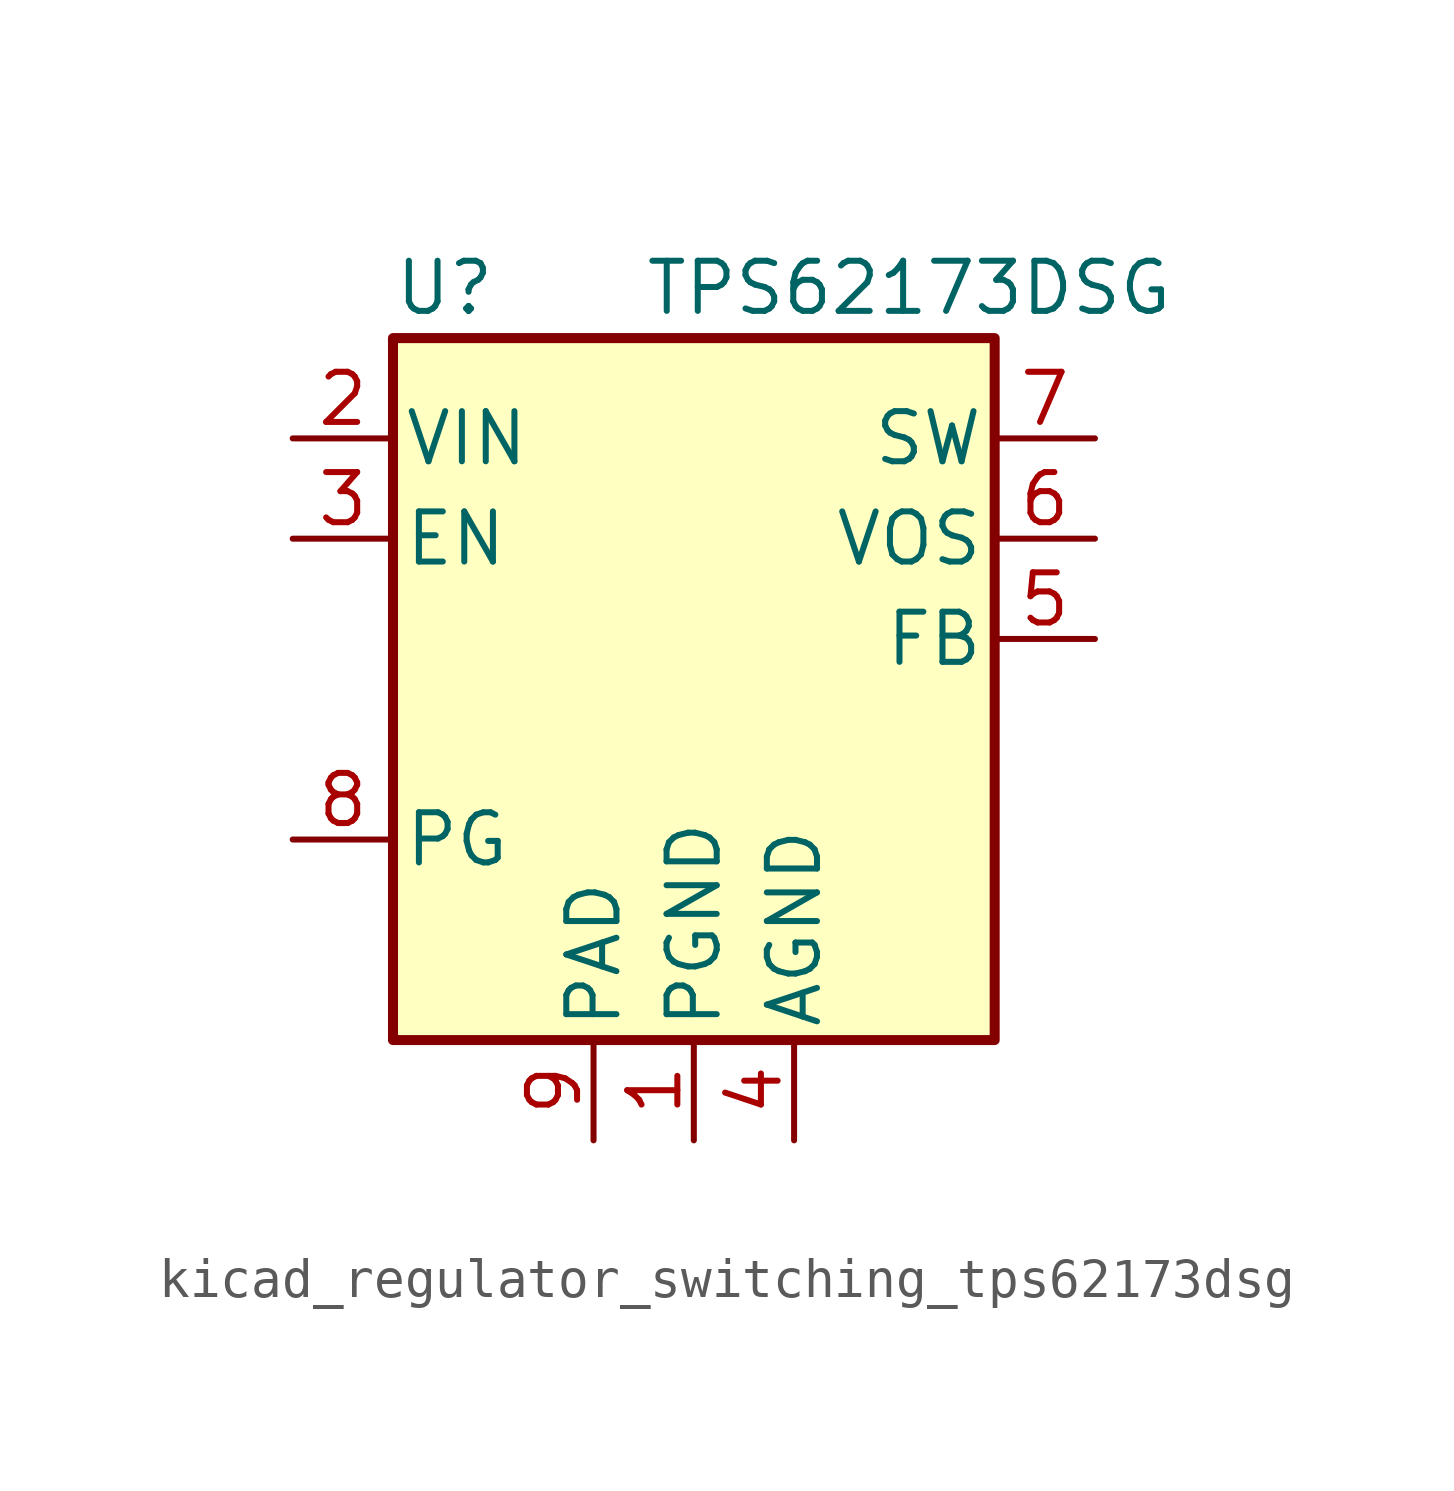
<source format=kicad_sym>
(kicad_symbol_lib
  (version 20220914)
  (generator kicad_symbol_editor)
  (symbol "kicad_regulator_switching_tps62173dsg"
    (pin_names
      (offset 0.254))
    (property "Reference" "U"
      (at -7.62 11.43 0)
      (effects (font (size 1.27 1.27)) (justify left)))
    (property "Value" "TPS62173DSG"
      (at -1.27 11.43 0)
      (effects (font (size 1.27 1.27)) (justify left)))
    (symbol "kicad_regulator_switching_tps62173dsg_0_1"
      (rectangle (start -7.62 10.16) (end 7.62 -7.62) (stroke (width 0.254) (type default)) (fill (type background))))
    (symbol "kicad_regulator_switching_tps62173dsg_1_1"
      (pin power_in line (at 0 -10.16 90) (length 2.54) (name "PGND" (effects (font (size 1.27 1.27)))) (number "1" (effects (font (size 1.27 1.27)))))
      (pin power_in line (at -10.16 7.62 0) (length 2.54) (name "VIN" (effects (font (size 1.27 1.27)))) (number "2" (effects (font (size 1.27 1.27)))))
      (pin input line (at -10.16 5.08 0) (length 2.54) (name "EN" (effects (font (size 1.27 1.27)))) (number "3" (effects (font (size 1.27 1.27)))))
      (pin power_in line (at 2.54 -10.16 90) (length 2.54) (name "AGND" (effects (font (size 1.27 1.27)))) (number "4" (effects (font (size 1.27 1.27)))))
      (pin input line (at 10.16 2.54 180) (length 2.54) (name "FB" (effects (font (size 1.27 1.27)))) (number "5" (effects (font (size 1.27 1.27)))))
      (pin input line (at 10.16 5.08 180) (length 2.54) (name "VOS" (effects (font (size 1.27 1.27)))) (number "6" (effects (font (size 1.27 1.27)))))
      (pin output line (at 10.16 7.62 180) (length 2.54) (name "SW" (effects (font (size 1.27 1.27)))) (number "7" (effects (font (size 1.27 1.27)))))
      (pin open_collector line (at -10.16 -2.54 0) (length 2.54) (name "PG" (effects (font (size 1.27 1.27)))) (number "8" (effects (font (size 1.27 1.27)))))
      (pin power_in line (at -2.54 -10.16 90) (length 2.54) (name "PAD" (effects (font (size 1.27 1.27)))) (number "9" (effects (font (size 1.27 1.27))))))))
</source>
